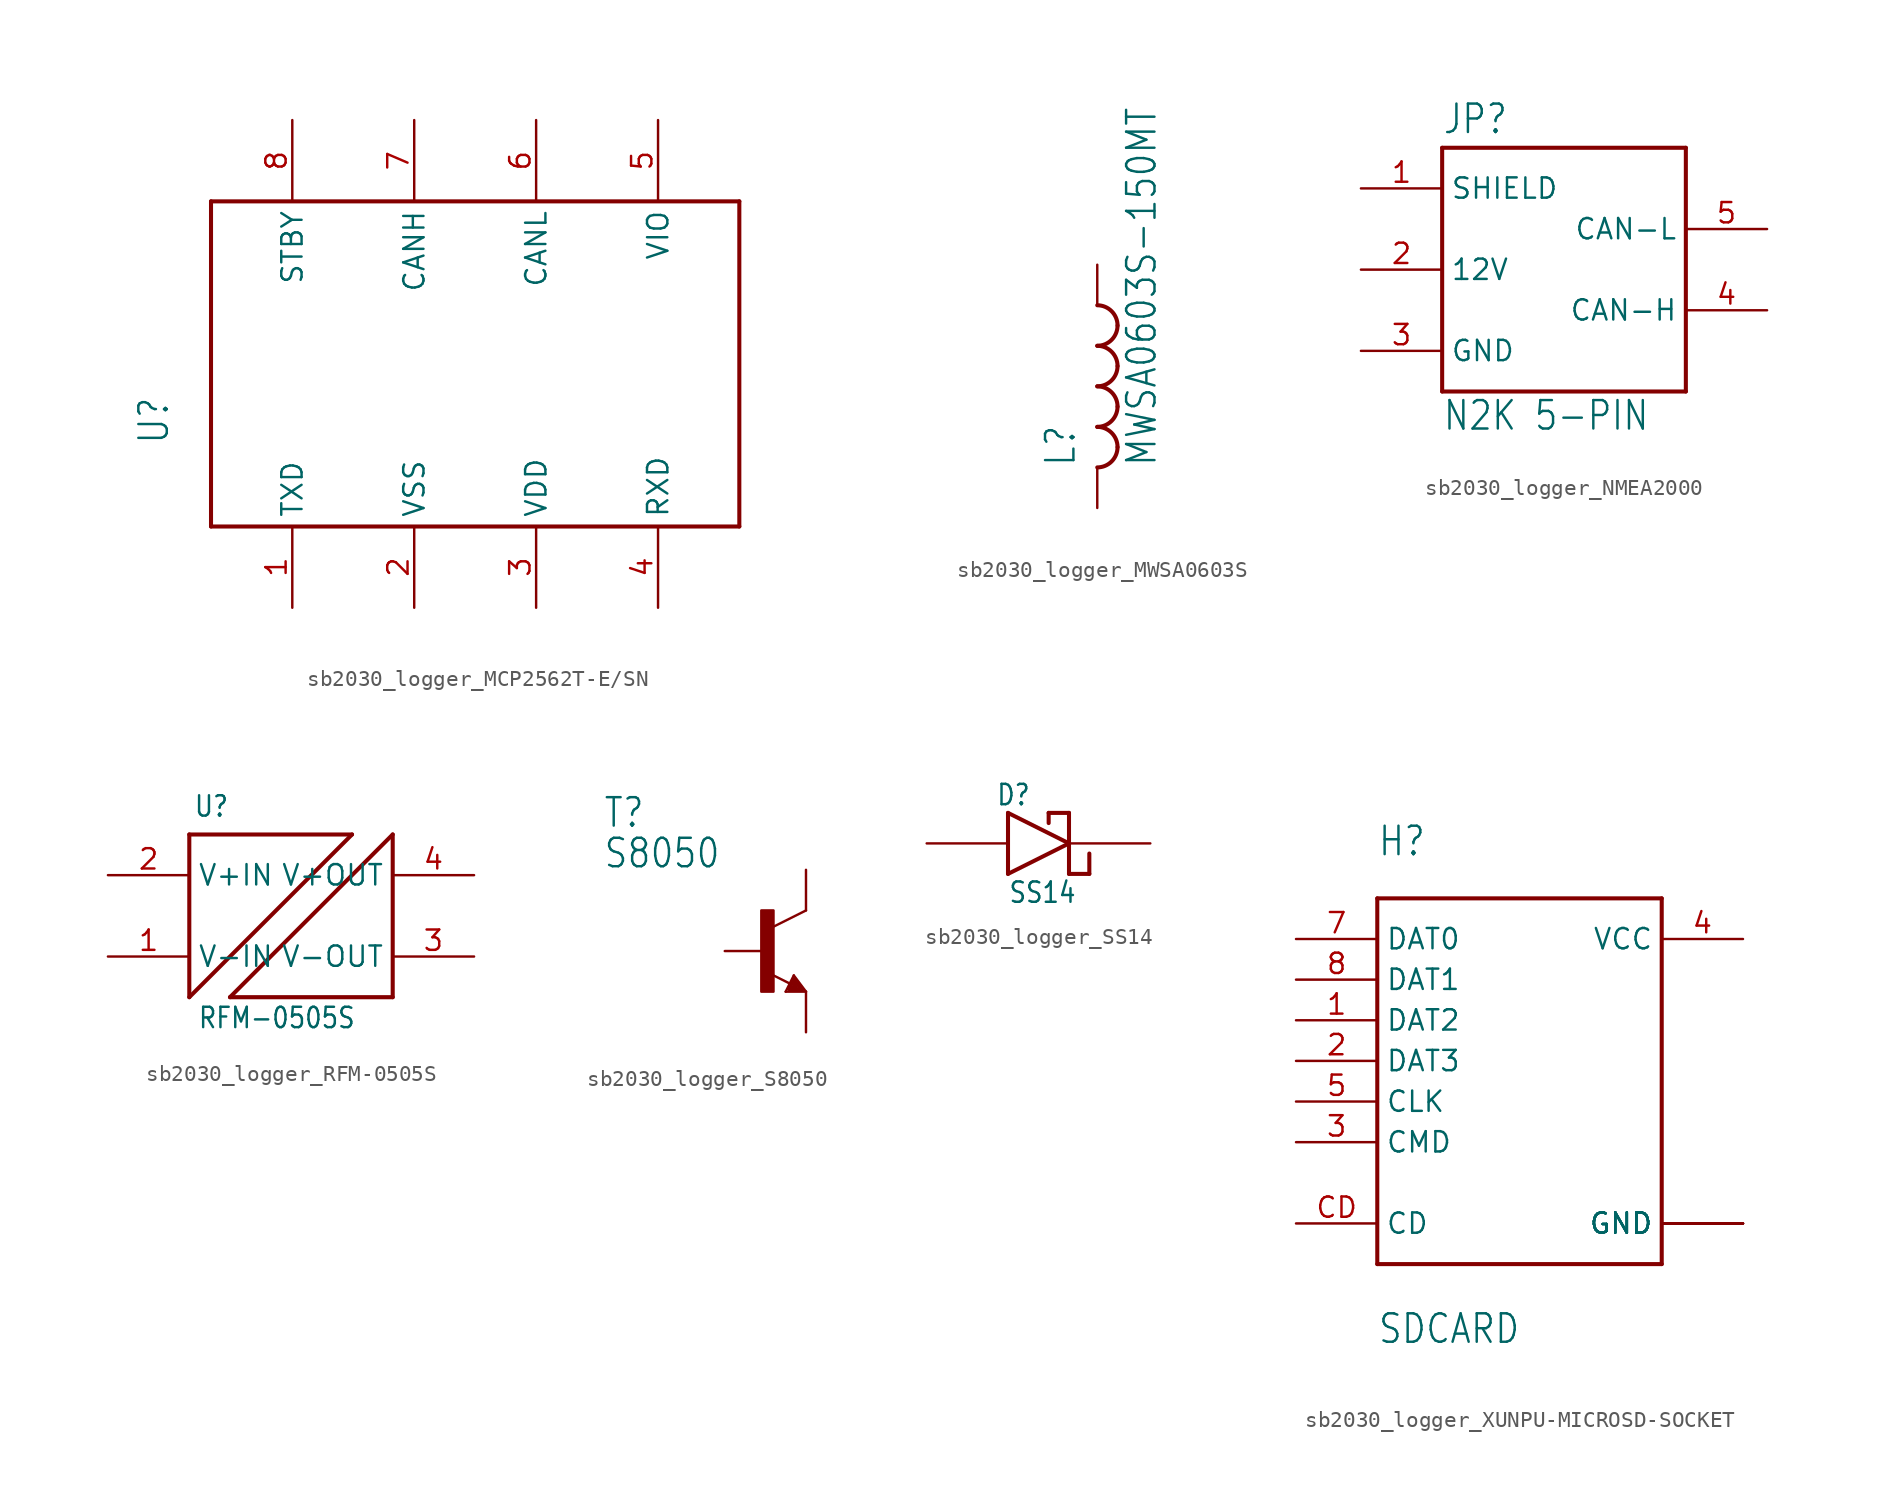
<source format=kicad_sym>
(kicad_symbol_lib
  (version 20241209)
  (generator "kicad_symbol_editor")
  (generator_version "9.0")
  (symbol "sb2030_logger_MCP2562T-E/SN"
    (property "Reference" "U"
      (at -20.32 -5.08 90)
      (effects (font (size 1.778 1.511)) (justify left bottom)))
    (property "Value" ""
      (at 20.32 -5.08 90)
      (effects (font (size 1.778 1.511)) (justify left bottom)))
    (symbol "sb2030_logger_MCP2562T-E/SN_1_0"
      (polyline (pts (xy -17.78 10.16) (xy 15.24 10.16)) (stroke (width 0.254) (type solid)) (fill (type none)))
      (polyline (pts (xy -17.78 -10.16) (xy -17.78 10.16)) (stroke (width 0.254) (type solid)) (fill (type none)))
      (polyline (pts (xy 15.24 10.16) (xy 15.24 -10.16)) (stroke (width 0.254) (type solid)) (fill (type none)))
      (polyline (pts (xy 15.24 -10.16) (xy -17.78 -10.16)) (stroke (width 0.254) (type solid)) (fill (type none)))
      (pin bidirectional line (at -12.7 15.24 270) (length 5.08) (name "STBY" (effects (font (size 1.27 1.27)))) (number "8" (effects (font (size 1.27 1.27)))))
      (pin bidirectional line (at -12.7 -15.24 90) (length 5.08) (name "TXD" (effects (font (size 1.27 1.27)))) (number "1" (effects (font (size 1.27 1.27)))))
      (pin bidirectional line (at -5.08 15.24 270) (length 5.08) (name "CANH" (effects (font (size 1.27 1.27)))) (number "7" (effects (font (size 1.27 1.27)))))
      (pin bidirectional line (at -5.08 -15.24 90) (length 5.08) (name "VSS" (effects (font (size 1.27 1.27)))) (number "2" (effects (font (size 1.27 1.27)))))
      (pin bidirectional line (at 2.54 15.24 270) (length 5.08) (name "CANL" (effects (font (size 1.27 1.27)))) (number "6" (effects (font (size 1.27 1.27)))))
      (pin bidirectional line (at 2.54 -15.24 90) (length 5.08) (name "VDD" (effects (font (size 1.27 1.27)))) (number "3" (effects (font (size 1.27 1.27)))))
      (pin bidirectional line (at 10.16 15.24 270) (length 5.08) (name "VIO" (effects (font (size 1.27 1.27)))) (number "5" (effects (font (size 1.27 1.27)))))
      (pin bidirectional line (at 10.16 -15.24 90) (length 5.08) (name "RXD" (effects (font (size 1.27 1.27)))) (number "4" (effects (font (size 1.27 1.27)))))))
  (symbol "sb2030_logger_MWSA0603S"
    (property "Reference" "L"
      (at -1.27 -5.08 90)
      (effects (font (size 1.778 1.511)) (justify left bottom)))
    (property "Value" "MWSA0603S-150MT"
      (at 3.81 -5.08 90)
      (effects (font (size 1.778 1.511)) (justify left bottom)))
    (symbol "sb2030_logger_MWSA0603S_1_0"
      (arc (start 1.27 3.81) (mid 0.898 2.912) (end 0 2.54) (stroke (width 0.254) (type solid)) (fill (type none)))
      (arc (start 0 5.08) (mid 0.898 4.708) (end 1.27 3.81) (stroke (width 0.254) (type solid)) (fill (type none)))
      (arc (start 1.27 1.27) (mid 0.898 0.372) (end 0 0) (stroke (width 0.254) (type solid)) (fill (type none)))
      (arc (start 0 2.54) (mid 0.898 2.168) (end 1.27 1.27) (stroke (width 0.254) (type solid)) (fill (type none)))
      (arc (start 1.27 -1.27) (mid 0.898 -2.168) (end 0 -2.54) (stroke (width 0.254) (type solid)) (fill (type none)))
      (arc (start 0 0) (mid 0.898 -0.372) (end 1.27 -1.27) (stroke (width 0.254) (type solid)) (fill (type none)))
      (arc (start 1.27 -3.81) (mid 0.898 -4.708) (end 0 -5.08) (stroke (width 0.254) (type solid)) (fill (type none)))
      (arc (start 0 -2.54) (mid 0.898 -2.912) (end 1.27 -3.81) (stroke (width 0.254) (type solid)) (fill (type none)))
      (pin passive line (at 0 7.62 270) (length 2.54) (name "1" (effects (font (size 0 0)))) (number "P$1" (effects (font (size 0 0)))))
      (pin passive line (at 0 -7.62 90) (length 2.54) (name "2" (effects (font (size 0 0)))) (number "P$2" (effects (font (size 0 0)))))))
  (symbol "sb2030_logger_NMEA2000"
    (property "Reference" "JP"
      (at -7.62 8.382 0)
      (effects (font (size 1.778 1.511)) (justify left bottom)))
    (property "Value" "N2K 5-PIN"
      (at -7.62 -10.16 0)
      (effects (font (size 1.778 1.511)) (justify left bottom)))
    (symbol "sb2030_logger_NMEA2000_1_0"
      (polyline (pts (xy -7.62 7.62) (xy 7.62 7.62)) (stroke (width 0.254) (type solid)) (fill (type none)))
      (polyline (pts (xy -7.62 -7.62) (xy -7.62 7.62)) (stroke (width 0.254) (type solid)) (fill (type none)))
      (polyline (pts (xy 7.62 7.62) (xy 7.62 -7.62)) (stroke (width 0.254) (type solid)) (fill (type none)))
      (polyline (pts (xy 7.62 -7.62) (xy -7.62 -7.62)) (stroke (width 0.254) (type solid)) (fill (type none)))
      (pin bidirectional line (at -12.7 5.08 0) (length 5.08) (name "SHIELD" (effects (font (size 1.27 1.27)))) (number "1" (effects (font (size 1.27 1.27)))))
      (pin bidirectional line (at -12.7 0 0) (length 5.08) (name "12V" (effects (font (size 1.27 1.27)))) (number "2" (effects (font (size 1.27 1.27)))))
      (pin bidirectional line (at -12.7 -5.08 0) (length 5.08) (name "GND" (effects (font (size 1.27 1.27)))) (number "3" (effects (font (size 1.27 1.27)))))
      (pin bidirectional line (at 12.7 2.54 180) (length 5.08) (name "CAN-L" (effects (font (size 1.27 1.27)))) (number "5" (effects (font (size 1.27 1.27)))))
      (pin bidirectional line (at 12.7 -2.54 180) (length 5.08) (name "CAN-H" (effects (font (size 1.27 1.27)))) (number "4" (effects (font (size 1.27 1.27)))))))
  (symbol "sb2030_logger_RFM-0505S"
    (property "Reference" "U"
      (at -4.826 6.096 0)
      (effects (font (size 1.27 1.079)) (justify left bottom)))
    (property "Value" "RFM-0505S"
      (at -4.572 -7.112 0)
      (effects (font (size 1.27 1.079)) (justify left bottom)))
    (symbol "sb2030_logger_RFM-0505S_1_0"
      (polyline (pts (xy -5.08 5.08) (xy 5.08 5.08)) (stroke (width 0.254) (type solid)) (fill (type none)))
      (polyline (pts (xy -5.08 -5.08) (xy -5.08 5.08)) (stroke (width 0.254) (type solid)) (fill (type none)))
      (polyline (pts (xy -2.54 -5.08) (xy 7.62 -5.08)) (stroke (width 0.254) (type solid)) (fill (type none)))
      (polyline (pts (xy 5.08 5.08) (xy -5.08 -5.08)) (stroke (width 0.254) (type solid)) (fill (type none)))
      (polyline (pts (xy 7.62 5.08) (xy -2.54 -5.08)) (stroke (width 0.254) (type solid)) (fill (type none)))
      (polyline (pts (xy 7.62 -5.08) (xy 7.62 5.08)) (stroke (width 0.254) (type solid)) (fill (type none)))
      (pin power_in line (at -10.16 2.54 0) (length 5.08) (name "V+IN" (effects (font (size 1.27 1.27)))) (number "2" (effects (font (size 1.27 1.27)))))
      (pin bidirectional line (at -10.16 -2.54 0) (length 5.08) (name "V-IN" (effects (font (size 1.27 1.27)))) (number "1" (effects (font (size 1.27 1.27)))))
      (pin power_out line (at 12.7 2.54 180) (length 5.08) (name "V+OUT" (effects (font (size 1.27 1.27)))) (number "4" (effects (font (size 1.27 1.27)))))
      (pin bidirectional line (at 12.7 -2.54 180) (length 5.08) (name "V-OUT" (effects (font (size 1.27 1.27)))) (number "3" (effects (font (size 1.27 1.27)))))))
  (symbol "sb2030_logger_S8050"
    (property "Reference" "T"
      (at -10.16 7.62 0)
      (effects (font (size 1.778 1.511)) (justify left bottom)))
    (property "Value" "S8050"
      (at -10.16 5.08 0)
      (effects (font (size 1.778 1.511)) (justify left bottom)))
    (symbol "sb2030_logger_S8050_1_0"
      (rectangle (start -0.254 -2.54) (end 0.508 2.54) (stroke (width 0) (type default)) (fill (type outline)))
      (polyline (pts (xy 1.27 -2.54) (xy 1.778 -1.524)) (stroke (width 0.152) (type solid)) (fill (type none)))
      (polyline (pts (xy 1.524 -2.286) (xy 1.905 -2.286)) (stroke (width 0.254) (type solid)) (fill (type none)))
      (polyline (pts (xy 1.524 -2.413) (xy 2.286 -2.413)) (stroke (width 0.254) (type solid)) (fill (type none)))
      (polyline (pts (xy 1.54 -2.04) (xy 0.308 -1.424)) (stroke (width 0.152) (type solid)) (fill (type none)))
      (polyline (pts (xy 1.778 -1.524) (xy 2.54 -2.54)) (stroke (width 0.152) (type solid)) (fill (type none)))
      (polyline (pts (xy 1.778 -1.778) (xy 1.524 -2.286)) (stroke (width 0.254) (type solid)) (fill (type none)))
      (polyline (pts (xy 1.905 -2.286) (xy 1.778 -2.032)) (stroke (width 0.254) (type solid)) (fill (type none)))
      (polyline (pts (xy 2.286 -2.413) (xy 1.778 -1.778)) (stroke (width 0.254) (type solid)) (fill (type none)))
      (polyline (pts (xy 2.54 2.54) (xy 0.508 1.524)) (stroke (width 0.152) (type solid)) (fill (type none)))
      (polyline (pts (xy 2.54 -2.54) (xy 1.27 -2.54)) (stroke (width 0.152) (type solid)) (fill (type none)))
      (pin passive line (at -2.54 0 0) (length 2.54) (name "B" (effects (font (size 0 0)))) (number "1" (effects (font (size 0 0)))))
      (pin passive line (at 2.54 5.08 270) (length 2.54) (name "C" (effects (font (size 0 0)))) (number "3" (effects (font (size 0 0)))))
      (pin passive line (at 2.54 -5.08 90) (length 2.54) (name "E" (effects (font (size 0 0)))) (number "2" (effects (font (size 0 0)))))))
  (symbol "sb2030_logger_SS14"
    (property "Reference" "D"
      (at -5.842 2.286 0)
      (effects (font (size 1.27 1.079)) (justify left bottom)))
    (property "Value" "SS14"
      (at -5.08 -3.81 0)
      (effects (font (size 1.27 1.079)) (justify left bottom)))
    (symbol "sb2030_logger_SS14_1_0"
      (polyline (pts (xy -5.08 1.905) (xy -1.27 0)) (stroke (width 0.254) (type solid)) (fill (type none)))
      (polyline (pts (xy -5.08 -1.905) (xy -5.08 1.905)) (stroke (width 0.254) (type solid)) (fill (type none)))
      (polyline (pts (xy -2.54 1.905) (xy -2.54 1.27)) (stroke (width 0.254) (type solid)) (fill (type none)))
      (polyline (pts (xy -1.27 1.905) (xy -2.54 1.905)) (stroke (width 0.254) (type solid)) (fill (type none)))
      (polyline (pts (xy -1.27 0) (xy -5.08 -1.905)) (stroke (width 0.254) (type solid)) (fill (type none)))
      (polyline (pts (xy -1.27 -1.905) (xy 0 -1.905)) (stroke (width 0.254) (type solid)) (fill (type none)))
      (polyline (pts (xy 0 -1.905) (xy 0 -0.635)) (stroke (width 0.254) (type solid)) (fill (type none)))
      (pin bidirectional line (at -10.16 0 0) (length 5.08) (name "A" (effects (font (size 0 0)))) (number "A" (effects (font (size 0 0)))))
      (pin bidirectional line (at 3.81 0 180) (length 5.08) (name "K" (effects (font (size 0 0)))) (number "K" (effects (font (size 0 0))))))
    (symbol "sb2030_logger_SS14_1_1"
      (polyline (pts (xy -1.27 1.905) (xy -1.27 -1.905)) (stroke (width 0.254) (type solid)) (fill (type none)))))
  (symbol "sb2030_logger_XUNPU-MICROSD-SOCKET"
    (property "Reference" "H"
      (at -10.16 15.24 0)
      (effects (font (size 1.778 1.511)) (justify left bottom)))
    (property "Value" "SDCARD"
      (at -10.16 -15.24 0)
      (effects (font (size 1.778 1.511)) (justify left bottom)))
    (symbol "sb2030_logger_XUNPU-MICROSD-SOCKET_1_0"
      (polyline (pts (xy -10.16 12.7) (xy 7.62 12.7)) (stroke (width 0.254) (type solid)) (fill (type none)))
      (polyline (pts (xy -10.16 -10.16) (xy -10.16 12.7)) (stroke (width 0.254) (type solid)) (fill (type none)))
      (polyline (pts (xy 7.62 12.7) (xy 7.62 -10.16)) (stroke (width 0.254) (type solid)) (fill (type none)))
      (polyline (pts (xy 7.62 -10.16) (xy -10.16 -10.16)) (stroke (width 0.254) (type solid)) (fill (type none)))
      (pin bidirectional line (at -15.24 10.16 0) (length 5.08) (name "DAT0" (effects (font (size 1.27 1.27)))) (number "7" (effects (font (size 1.27 1.27)))))
      (pin bidirectional line (at -15.24 7.62 0) (length 5.08) (name "DAT1" (effects (font (size 1.27 1.27)))) (number "8" (effects (font (size 1.27 1.27)))))
      (pin bidirectional line (at -15.24 5.08 0) (length 5.08) (name "DAT2" (effects (font (size 1.27 1.27)))) (number "1" (effects (font (size 1.27 1.27)))))
      (pin bidirectional line (at -15.24 2.54 0) (length 5.08) (name "DAT3" (effects (font (size 1.27 1.27)))) (number "2" (effects (font (size 1.27 1.27)))))
      (pin bidirectional line (at -15.24 0 0) (length 5.08) (name "CLK" (effects (font (size 1.27 1.27)))) (number "5" (effects (font (size 1.27 1.27)))))
      (pin bidirectional line (at -15.24 -2.54 0) (length 5.08) (name "CMD" (effects (font (size 1.27 1.27)))) (number "3" (effects (font (size 1.27 1.27)))))
      (pin bidirectional line (at -15.24 -7.62 0) (length 5.08) (name "CD" (effects (font (size 1.27 1.27)))) (number "CD" (effects (font (size 1.27 1.27)))))
      (pin bidirectional line (at 12.7 10.16 180) (length 5.08) (name "VCC" (effects (font (size 1.27 1.27)))) (number "4" (effects (font (size 1.27 1.27)))))
      (pin bidirectional line (at 12.7 -7.62 180) (length 5.08) (name "GND" (effects (font (size 1.27 1.27)))) (number "6" (effects (font (size 0 0)))))
      (pin bidirectional line (at 12.7 -7.62 180) (length 5.08) (name "GND" (effects (font (size 1.27 1.27)))) (number "GND1" (effects (font (size 0 0)))))
      (pin bidirectional line (at 12.7 -7.62 180) (length 5.08) (name "GND" (effects (font (size 1.27 1.27)))) (number "GND2" (effects (font (size 0 0)))))
      (pin bidirectional line (at 12.7 -7.62 180) (length 5.08) (name "GND" (effects (font (size 1.27 1.27)))) (number "GND3" (effects (font (size 0 0)))))
      (pin bidirectional line (at 12.7 -7.62 180) (length 5.08) (name "GND" (effects (font (size 1.27 1.27)))) (number "GND4" (effects (font (size 0 0))))))))
</source>
